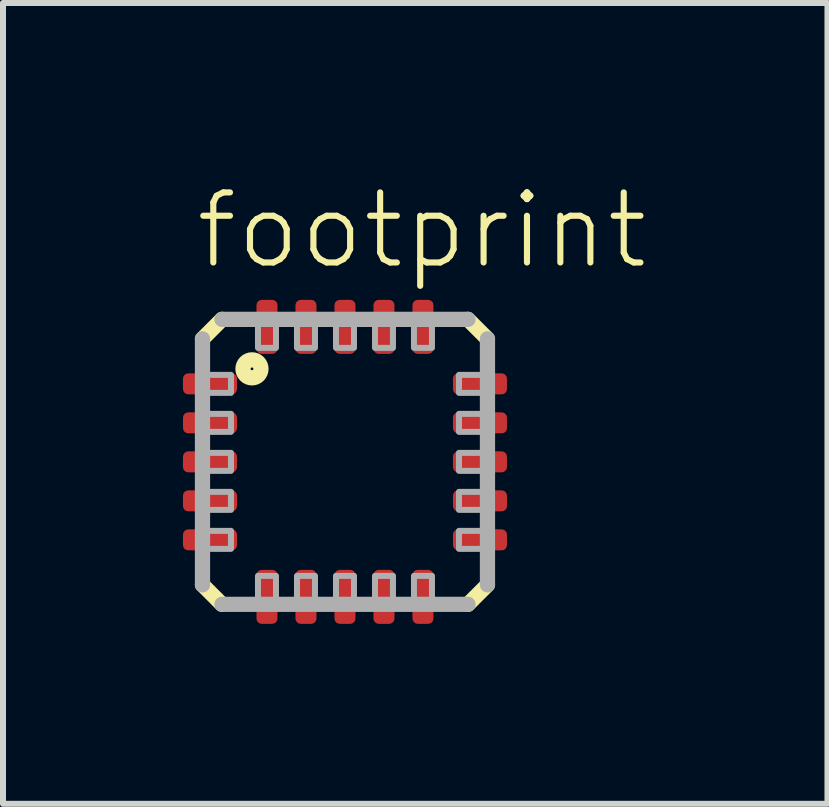
<source format=kicad_pcb>
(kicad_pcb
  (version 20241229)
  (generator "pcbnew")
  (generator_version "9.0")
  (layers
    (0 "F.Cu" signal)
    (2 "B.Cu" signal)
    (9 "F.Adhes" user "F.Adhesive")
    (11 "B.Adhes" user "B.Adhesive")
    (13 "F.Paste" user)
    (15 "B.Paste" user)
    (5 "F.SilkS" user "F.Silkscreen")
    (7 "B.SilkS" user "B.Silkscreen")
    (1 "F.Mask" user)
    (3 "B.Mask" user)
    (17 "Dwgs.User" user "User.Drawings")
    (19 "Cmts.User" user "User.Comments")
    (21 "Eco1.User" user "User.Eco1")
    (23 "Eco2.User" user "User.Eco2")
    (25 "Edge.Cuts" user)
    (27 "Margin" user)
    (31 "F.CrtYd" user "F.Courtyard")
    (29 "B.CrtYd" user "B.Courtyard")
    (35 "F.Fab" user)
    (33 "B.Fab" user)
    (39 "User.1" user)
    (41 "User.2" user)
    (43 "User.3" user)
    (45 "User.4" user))
  (footprint "footprint"
    (layer "F.Cu")
    (at 2.7 4.648)
    (property "Reference" "footprint" (at -2.54 -3.175 0) (layer "F.SilkS") (effects (font (size 1.168 1.168) (thickness 0.102)) (justify left bottom)))
    (fp_line (start -2.375 -2.05) (end -2.05 -2.375) (stroke (width 0.254) (type solid)) (layer "F.SilkS"))
    (fp_line (start -2.05 2.375) (end -2.375 2.05) (stroke (width 0.254) (type solid)) (layer "F.SilkS"))
    (fp_line (start 2.05 -2.375) (end 2.375 -2.05) (stroke (width 0.254) (type solid)) (layer "F.SilkS"))
    (fp_line (start 2.375 2.05) (end 2.05 2.375) (stroke (width 0.254) (type solid)) (layer "F.SilkS"))
    (fp_circle (center -1.55 -1.55) (end -1.4 -1.55) (stroke (width 0.254) (type solid)) (fill no) (layer "F.SilkS"))
    (fp_line (start -2.375 2.05) (end -2.375 -2.05) (stroke (width 0.254) (type solid)) (layer "F.Fab"))
    (fp_line (start -2.05 -2.375) (end 2.05 -2.375) (stroke (width 0.254) (type solid)) (layer "F.Fab"))
    (fp_line (start 2.05 2.375) (end -2.05 2.375) (stroke (width 0.254) (type solid)) (layer "F.Fab"))
    (fp_line (start 2.375 -2.05) (end 2.375 2.05) (stroke (width 0.254) (type solid)) (layer "F.Fab"))
    (fp_poly (pts (xy -2.35 -1.15) (xy -1.9 -1.15) (xy -1.9 -1.45) (xy -2.35 -1.45)) (stroke (width 0.1) (type solid)) (fill no) (layer "F.Fab"))
    (fp_poly (pts (xy -2.35 -0.5) (xy -1.9 -0.5) (xy -1.9 -0.8) (xy -2.35 -0.8)) (stroke (width 0.1) (type solid)) (fill no) (layer "F.Fab"))
    (fp_poly (pts (xy -2.35 0.15) (xy -1.9 0.15) (xy -1.9 -0.15) (xy -2.35 -0.15)) (stroke (width 0.1) (type solid)) (fill no) (layer "F.Fab"))
    (fp_poly (pts (xy -2.35 0.8) (xy -1.9 0.8) (xy -1.9 0.5) (xy -2.35 0.5)) (stroke (width 0.1) (type solid)) (fill no) (layer "F.Fab"))
    (fp_poly (pts (xy -2.35 1.45) (xy -1.9 1.45) (xy -1.9 1.15) (xy -2.35 1.15)) (stroke (width 0.1) (type solid)) (fill no) (layer "F.Fab"))
    (fp_poly (pts (xy -1.45 -1.9) (xy -1.15 -1.9) (xy -1.15 -2.35) (xy -1.45 -2.35)) (stroke (width 0.1) (type solid)) (fill no) (layer "F.Fab"))
    (fp_poly (pts (xy -1.45 2.35) (xy -1.15 2.35) (xy -1.15 1.9) (xy -1.45 1.9)) (stroke (width 0.1) (type solid)) (fill no) (layer "F.Fab"))
    (fp_poly (pts (xy -0.8 -1.9) (xy -0.5 -1.9) (xy -0.5 -2.35) (xy -0.8 -2.35)) (stroke (width 0.1) (type solid)) (fill no) (layer "F.Fab"))
    (fp_poly (pts (xy -0.8 2.35) (xy -0.5 2.35) (xy -0.5 1.9) (xy -0.8 1.9)) (stroke (width 0.1) (type solid)) (fill no) (layer "F.Fab"))
    (fp_poly (pts (xy -0.15 -1.9) (xy 0.15 -1.9) (xy 0.15 -2.35) (xy -0.15 -2.35)) (stroke (width 0.1) (type solid)) (fill no) (layer "F.Fab"))
    (fp_poly (pts (xy -0.15 2.35) (xy 0.15 2.35) (xy 0.15 1.9) (xy -0.15 1.9)) (stroke (width 0.1) (type solid)) (fill no) (layer "F.Fab"))
    (fp_poly (pts (xy 0.5 -1.9) (xy 0.8 -1.9) (xy 0.8 -2.35) (xy 0.5 -2.35)) (stroke (width 0.1) (type solid)) (fill no) (layer "F.Fab"))
    (fp_poly (pts (xy 0.5 2.35) (xy 0.8 2.35) (xy 0.8 1.9) (xy 0.5 1.9)) (stroke (width 0.1) (type solid)) (fill no) (layer "F.Fab"))
    (fp_poly (pts (xy 1.15 -1.9) (xy 1.45 -1.9) (xy 1.45 -2.35) (xy 1.15 -2.35)) (stroke (width 0.1) (type solid)) (fill no) (layer "F.Fab"))
    (fp_poly (pts (xy 1.15 2.35) (xy 1.45 2.35) (xy 1.45 1.9) (xy 1.15 1.9)) (stroke (width 0.1) (type solid)) (fill no) (layer "F.Fab"))
    (fp_poly (pts (xy 1.9 -1.15) (xy 2.35 -1.15) (xy 2.35 -1.45) (xy 1.9 -1.45)) (stroke (width 0.1) (type solid)) (fill no) (layer "F.Fab"))
    (fp_poly (pts (xy 1.9 -0.5) (xy 2.35 -0.5) (xy 2.35 -0.8) (xy 1.9 -0.8)) (stroke (width 0.1) (type solid)) (fill no) (layer "F.Fab"))
    (fp_poly (pts (xy 1.9 0.15) (xy 2.35 0.15) (xy 2.35 -0.15) (xy 1.9 -0.15)) (stroke (width 0.1) (type solid)) (fill no) (layer "F.Fab"))
    (fp_poly (pts (xy 1.9 0.8) (xy 2.35 0.8) (xy 2.35 0.5) (xy 1.9 0.5)) (stroke (width 0.1) (type solid)) (fill no) (layer "F.Fab"))
    (fp_poly (pts (xy 1.9 1.45) (xy 2.35 1.45) (xy 2.35 1.15) (xy 1.9 1.15)) (stroke (width 0.1) (type solid)) (fill no) (layer "F.Fab"))
    (pad "1" smd roundrect (at -2.25 -1.3) (size 0.9 0.35) (layers "F.Cu" "F.Mask" "F.Paste") (roundrect_rratio 0.25))
    (pad "2" smd roundrect (at -2.25 -0.65) (size 0.9 0.35) (layers "F.Cu" "F.Mask" "F.Paste") (roundrect_rratio 0.25))
    (pad "3" smd roundrect (at -2.25 0) (size 0.9 0.35) (layers "F.Cu" "F.Mask" "F.Paste") (roundrect_rratio 0.25))
    (pad "4" smd roundrect (at -2.25 0.65) (size 0.9 0.35) (layers "F.Cu" "F.Mask" "F.Paste") (roundrect_rratio 0.25))
    (pad "5" smd roundrect (at -2.25 1.3) (size 0.9 0.35) (layers "F.Cu" "F.Mask" "F.Paste") (roundrect_rratio 0.25))
    (pad "6" smd roundrect (at -1.3 2.25) (size 0.35 0.9) (layers "F.Cu" "F.Mask" "F.Paste") (roundrect_rratio 0.25))
    (pad "7" smd roundrect (at -0.65 2.25) (size 0.35 0.9) (layers "F.Cu" "F.Mask" "F.Paste") (roundrect_rratio 0.25))
    (pad "8" smd roundrect (at 0 2.25) (size 0.35 0.9) (layers "F.Cu" "F.Mask" "F.Paste") (roundrect_rratio 0.25))
    (pad "9" smd roundrect (at 0.65 2.25) (size 0.35 0.9) (layers "F.Cu" "F.Mask" "F.Paste") (roundrect_rratio 0.25))
    (pad "10" smd roundrect (at 1.3 2.25) (size 0.35 0.9) (layers "F.Cu" "F.Mask" "F.Paste") (roundrect_rratio 0.25))
    (pad "11" smd roundrect (at 2.25 1.3) (size 0.9 0.35) (layers "F.Cu" "F.Mask" "F.Paste") (roundrect_rratio 0.25))
    (pad "12" smd roundrect (at 2.25 0.65) (size 0.9 0.35) (layers "F.Cu" "F.Mask" "F.Paste") (roundrect_rratio 0.25))
    (pad "13" smd roundrect (at 2.25 0) (size 0.9 0.35) (layers "F.Cu" "F.Mask" "F.Paste") (roundrect_rratio 0.25))
    (pad "14" smd roundrect (at 2.25 -0.65) (size 0.9 0.35) (layers "F.Cu" "F.Mask" "F.Paste") (roundrect_rratio 0.25))
    (pad "15" smd roundrect (at 2.25 -1.3) (size 0.9 0.35) (layers "F.Cu" "F.Mask" "F.Paste") (roundrect_rratio 0.25))
    (pad "16" smd roundrect (at 1.3 -2.25) (size 0.35 0.9) (layers "F.Cu" "F.Mask" "F.Paste") (roundrect_rratio 0.25))
    (pad "17" smd roundrect (at 0.65 -2.25) (size 0.35 0.9) (layers "F.Cu" "F.Mask" "F.Paste") (roundrect_rratio 0.25))
    (pad "18" smd roundrect (at 0 -2.25) (size 0.35 0.9) (layers "F.Cu" "F.Mask" "F.Paste") (roundrect_rratio 0.25))
    (pad "19" smd roundrect (at -0.65 -2.25) (size 0.35 0.9) (layers "F.Cu" "F.Mask" "F.Paste") (roundrect_rratio 0.25))
    (pad "20" smd roundrect (at -1.3 -2.25) (size 0.35 0.9) (layers "F.Cu" "F.Mask" "F.Paste") (roundrect_rratio 0.25)))
  (gr_rect
    (start -3 -3)
    (end 10.742 10.348)
    (stroke (width 0.1) (type default))
    (fill no)
    (layer "Edge.Cuts")))
</source>
